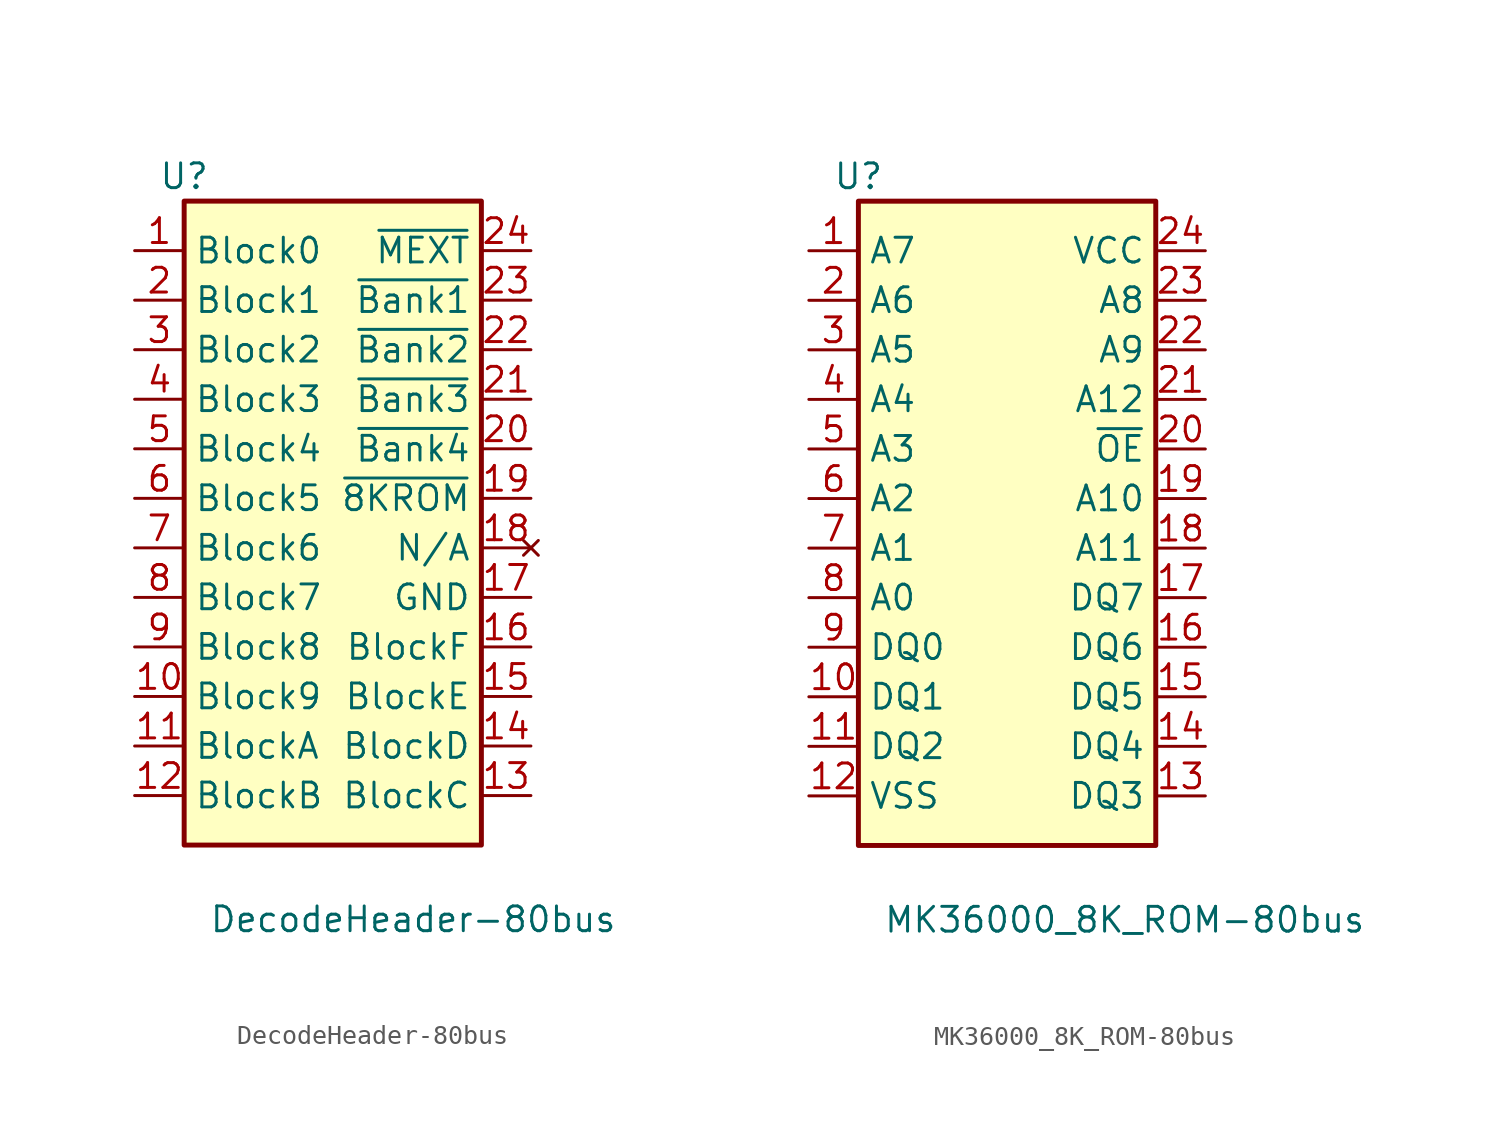
<source format=kicad_sym>
(kicad_symbol_lib
  (version 20220914)
  (generator kicad_symbol_editor)
  (symbol "DecodeHeader-80bus"
    (property "Reference" "U"
      (at -7.62 17.78 0)
      (effects (font (size 1.27 1.27))))
    (property "Value" "DecodeHeader-80bus"
      (at -6.35 -20.32 0)
      (effects (font (size 1.27 1.27)) (justify left)))
    (symbol "DecodeHeader-80bus_1_1"
      (rectangle (start -7.62 16.51) (end 7.62 -16.51) (stroke (width 0.254) (type solid)) (fill (type background)))
      (pin open_collector line (at -10.16 13.97 0) (length 2.54) (name "Block0" (effects (font (size 1.27 1.27)))) (number "1" (effects (font (size 1.27 1.27)))))
      (pin open_collector line (at -10.16 -8.89 0) (length 2.54) (name "Block9" (effects (font (size 1.27 1.27)))) (number "10" (effects (font (size 1.27 1.27)))))
      (pin open_collector line (at -10.16 -11.43 0) (length 2.54) (name "BlockA" (effects (font (size 1.27 1.27)))) (number "11" (effects (font (size 1.27 1.27)))))
      (pin open_collector line (at -10.16 -13.97 0) (length 2.54) (name "BlockB" (effects (font (size 1.27 1.27)))) (number "12" (effects (font (size 1.27 1.27)))))
      (pin open_collector line (at 10.16 -13.97 180) (length 2.54) (name "BlockC" (effects (font (size 1.27 1.27)))) (number "13" (effects (font (size 1.27 1.27)))))
      (pin open_collector line (at 10.16 -11.43 180) (length 2.54) (name "BlockD" (effects (font (size 1.27 1.27)))) (number "14" (effects (font (size 1.27 1.27)))))
      (pin open_collector line (at 10.16 -8.89 180) (length 2.54) (name "BlockE" (effects (font (size 1.27 1.27)))) (number "15" (effects (font (size 1.27 1.27)))))
      (pin open_collector line (at 10.16 -6.35 180) (length 2.54) (name "BlockF" (effects (font (size 1.27 1.27)))) (number "16" (effects (font (size 1.27 1.27)))))
      (pin input line (at 10.16 -3.81 180) (length 2.54) (name "GND" (effects (font (size 1.27 1.27)))) (number "17" (effects (font (size 1.27 1.27)))))
      (pin no_connect line (at 10.16 -1.27 180) (length 2.54) (name "N/A" (effects (font (size 1.27 1.27)))) (number "18" (effects (font (size 1.27 1.27)))))
      (pin output line (at 10.16 1.27 180) (length 2.54) (name "~{8KROM}" (effects (font (size 1.27 1.27)))) (number "19" (effects (font (size 1.27 1.27)))))
      (pin open_collector line (at -10.16 11.43 0) (length 2.54) (name "Block1" (effects (font (size 1.27 1.27)))) (number "2" (effects (font (size 1.27 1.27)))))
      (pin output line (at 10.16 3.81 180) (length 2.54) (name "~{Bank4}" (effects (font (size 1.27 1.27)))) (number "20" (effects (font (size 1.27 1.27)))))
      (pin output line (at 10.16 6.35 180) (length 2.54) (name "~{Bank3}" (effects (font (size 1.27 1.27)))) (number "21" (effects (font (size 1.27 1.27)))))
      (pin output line (at 10.16 8.89 180) (length 2.54) (name "~{Bank2}" (effects (font (size 1.27 1.27)))) (number "22" (effects (font (size 1.27 1.27)))))
      (pin output line (at 10.16 11.43 180) (length 2.54) (name "~{Bank1}" (effects (font (size 1.27 1.27)))) (number "23" (effects (font (size 1.27 1.27)))))
      (pin output line (at 10.16 13.97 180) (length 2.54) (name "~{MEXT}" (effects (font (size 1.27 1.27)))) (number "24" (effects (font (size 1.27 1.27)))))
      (pin open_collector line (at -10.16 8.89 0) (length 2.54) (name "Block2" (effects (font (size 1.27 1.27)))) (number "3" (effects (font (size 1.27 1.27)))))
      (pin open_collector line (at -10.16 6.35 0) (length 2.54) (name "Block3" (effects (font (size 1.27 1.27)))) (number "4" (effects (font (size 1.27 1.27)))))
      (pin open_collector line (at -10.16 3.81 0) (length 2.54) (name "Block4" (effects (font (size 1.27 1.27)))) (number "5" (effects (font (size 1.27 1.27)))))
      (pin open_collector line (at -10.16 1.27 0) (length 2.54) (name "Block5" (effects (font (size 1.27 1.27)))) (number "6" (effects (font (size 1.27 1.27)))))
      (pin open_collector line (at -10.16 -1.27 0) (length 2.54) (name "Block6" (effects (font (size 1.27 1.27)))) (number "7" (effects (font (size 1.27 1.27)))))
      (pin open_collector line (at -10.16 -3.81 0) (length 2.54) (name "Block7" (effects (font (size 1.27 1.27)))) (number "8" (effects (font (size 1.27 1.27)))))
      (pin open_collector line (at -10.16 -6.35 0) (length 2.54) (name "Block8" (effects (font (size 1.27 1.27)))) (number "9" (effects (font (size 1.27 1.27)))))))
  (symbol "MK36000_8K_ROM-80bus"
    (property "Reference" "U"
      (at -7.62 17.78 0)
      (effects (font (size 1.27 1.27))))
    (property "Value" "MK36000_8K_ROM-80bus"
      (at -6.35 -20.32 0)
      (effects (font (size 1.27 1.27)) (justify left)))
    (symbol "MK36000_8K_ROM-80bus_1_1"
      (rectangle (start -7.62 16.51) (end 7.62 -16.51) (stroke (width 0.254) (type solid)) (fill (type background)))
      (pin input line (at -10.16 13.97 0) (length 2.54) (name "A7" (effects (font (size 1.27 1.27)))) (number "1" (effects (font (size 1.27 1.27)))))
      (pin tri_state line (at -10.16 -8.89 0) (length 2.54) (name "DQ1" (effects (font (size 1.27 1.27)))) (number "10" (effects (font (size 1.27 1.27)))))
      (pin tri_state line (at -10.16 -11.43 0) (length 2.54) (name "DQ2" (effects (font (size 1.27 1.27)))) (number "11" (effects (font (size 1.27 1.27)))))
      (pin power_in line (at -10.16 -13.97 0) (length 2.54) (name "VSS" (effects (font (size 1.27 1.27)))) (number "12" (effects (font (size 1.27 1.27)))))
      (pin tri_state line (at 10.16 -13.97 180) (length 2.54) (name "DQ3" (effects (font (size 1.27 1.27)))) (number "13" (effects (font (size 1.27 1.27)))))
      (pin tri_state line (at 10.16 -11.43 180) (length 2.54) (name "DQ4" (effects (font (size 1.27 1.27)))) (number "14" (effects (font (size 1.27 1.27)))))
      (pin tri_state line (at 10.16 -8.89 180) (length 2.54) (name "DQ5" (effects (font (size 1.27 1.27)))) (number "15" (effects (font (size 1.27 1.27)))))
      (pin tri_state line (at 10.16 -6.35 180) (length 2.54) (name "DQ6" (effects (font (size 1.27 1.27)))) (number "16" (effects (font (size 1.27 1.27)))))
      (pin tri_state line (at 10.16 -3.81 180) (length 2.54) (name "DQ7" (effects (font (size 1.27 1.27)))) (number "17" (effects (font (size 1.27 1.27)))))
      (pin input line (at 10.16 -1.27 180) (length 2.54) (name "A11" (effects (font (size 1.27 1.27)))) (number "18" (effects (font (size 1.27 1.27)))))
      (pin input line (at 10.16 1.27 180) (length 2.54) (name "A10" (effects (font (size 1.27 1.27)))) (number "19" (effects (font (size 1.27 1.27)))))
      (pin input line (at -10.16 11.43 0) (length 2.54) (name "A6" (effects (font (size 1.27 1.27)))) (number "2" (effects (font (size 1.27 1.27)))))
      (pin input line (at 10.16 3.81 180) (length 2.54) (name "~{OE}" (effects (font (size 1.27 1.27)))) (number "20" (effects (font (size 1.27 1.27)))))
      (pin input line (at 10.16 6.35 180) (length 2.54) (name "A12" (effects (font (size 1.27 1.27)))) (number "21" (effects (font (size 1.27 1.27)))))
      (pin input line (at 10.16 8.89 180) (length 2.54) (name "A9" (effects (font (size 1.27 1.27)))) (number "22" (effects (font (size 1.27 1.27)))))
      (pin input line (at 10.16 11.43 180) (length 2.54) (name "A8" (effects (font (size 1.27 1.27)))) (number "23" (effects (font (size 1.27 1.27)))))
      (pin power_in line (at 10.16 13.97 180) (length 2.54) (name "VCC" (effects (font (size 1.27 1.27)))) (number "24" (effects (font (size 1.27 1.27)))))
      (pin input line (at -10.16 8.89 0) (length 2.54) (name "A5" (effects (font (size 1.27 1.27)))) (number "3" (effects (font (size 1.27 1.27)))))
      (pin input line (at -10.16 6.35 0) (length 2.54) (name "A4" (effects (font (size 1.27 1.27)))) (number "4" (effects (font (size 1.27 1.27)))))
      (pin input line (at -10.16 3.81 0) (length 2.54) (name "A3" (effects (font (size 1.27 1.27)))) (number "5" (effects (font (size 1.27 1.27)))))
      (pin input line (at -10.16 1.27 0) (length 2.54) (name "A2" (effects (font (size 1.27 1.27)))) (number "6" (effects (font (size 1.27 1.27)))))
      (pin input line (at -10.16 -1.27 0) (length 2.54) (name "A1" (effects (font (size 1.27 1.27)))) (number "7" (effects (font (size 1.27 1.27)))))
      (pin input line (at -10.16 -3.81 0) (length 2.54) (name "A0" (effects (font (size 1.27 1.27)))) (number "8" (effects (font (size 1.27 1.27)))))
      (pin tri_state line (at -10.16 -6.35 0) (length 2.54) (name "DQ0" (effects (font (size 1.27 1.27)))) (number "9" (effects (font (size 1.27 1.27))))))))
</source>
